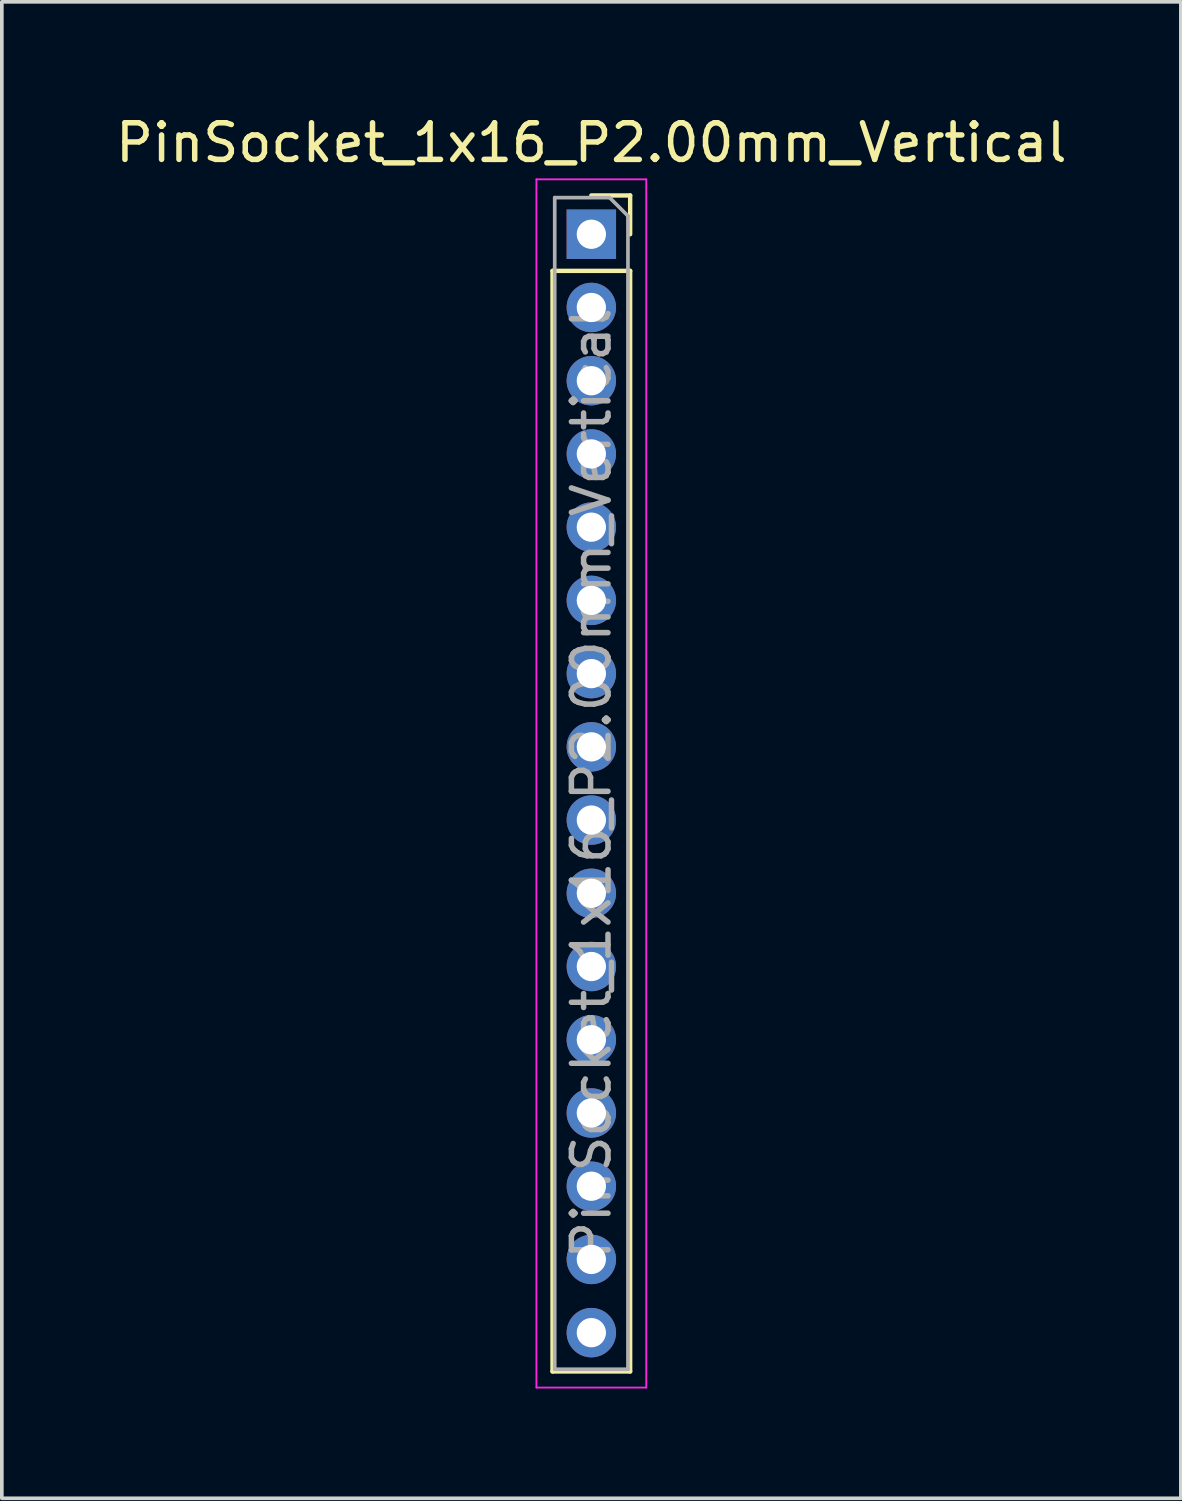
<source format=kicad_pcb>
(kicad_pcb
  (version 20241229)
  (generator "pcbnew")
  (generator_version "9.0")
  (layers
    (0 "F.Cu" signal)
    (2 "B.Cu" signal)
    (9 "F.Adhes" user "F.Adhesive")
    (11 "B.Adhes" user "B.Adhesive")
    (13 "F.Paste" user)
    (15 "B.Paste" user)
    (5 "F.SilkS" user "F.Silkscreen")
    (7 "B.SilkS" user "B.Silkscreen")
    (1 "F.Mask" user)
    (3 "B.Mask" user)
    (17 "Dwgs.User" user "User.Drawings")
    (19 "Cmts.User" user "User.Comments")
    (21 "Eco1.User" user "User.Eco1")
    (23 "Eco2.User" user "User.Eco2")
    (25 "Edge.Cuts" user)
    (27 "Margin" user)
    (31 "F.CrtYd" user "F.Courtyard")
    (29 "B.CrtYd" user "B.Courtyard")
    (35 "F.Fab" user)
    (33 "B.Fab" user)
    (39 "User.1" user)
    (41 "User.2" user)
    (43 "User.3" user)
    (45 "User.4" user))
  (footprint "PinSocket_1x16_P2.00mm_Vertical"
    (layer "F.Cu")
    (at 13.101 3.348)
    (property "Reference" "PinSocket_1x16_P2.00mm_Vertical" (at 0 -2.5 0) (layer "F.SilkS") (effects (font (size 1 1) (thickness 0.15))))
    (attr through_hole)
    (fp_line (start -1.06 1) (end -1.06 31.06) (stroke (width 0.12) (type solid)) (layer "F.SilkS"))
    (fp_line (start -1.06 1) (end 1.06 1) (stroke (width 0.12) (type solid)) (layer "F.SilkS"))
    (fp_line (start -1.06 31.06) (end 1.06 31.06) (stroke (width 0.12) (type solid)) (layer "F.SilkS"))
    (fp_line (start 0 -1.06) (end 1.06 -1.06) (stroke (width 0.12) (type solid)) (layer "F.SilkS"))
    (fp_line (start 1.06 -1.06) (end 1.06 0) (stroke (width 0.12) (type solid)) (layer "F.SilkS"))
    (fp_line (start 1.06 1) (end 1.06 31.06) (stroke (width 0.12) (type solid)) (layer "F.SilkS"))
    (fp_line (start -1.5 -1.5) (end 1.5 -1.5) (stroke (width 0.05) (type solid)) (layer "F.CrtYd"))
    (fp_line (start -1.5 31.5) (end -1.5 -1.5) (stroke (width 0.05) (type solid)) (layer "F.CrtYd"))
    (fp_line (start 1.5 -1.5) (end 1.5 31.5) (stroke (width 0.05) (type solid)) (layer "F.CrtYd"))
    (fp_line (start 1.5 31.5) (end -1.5 31.5) (stroke (width 0.05) (type solid)) (layer "F.CrtYd"))
    (fp_line (start -1 -1) (end 0.5 -1) (stroke (width 0.1) (type solid)) (layer "F.Fab"))
    (fp_line (start -1 31) (end -1 -1) (stroke (width 0.1) (type solid)) (layer "F.Fab"))
    (fp_line (start 0.5 -1) (end 1 -0.5) (stroke (width 0.1) (type solid)) (layer "F.Fab"))
    (fp_line (start 1 -0.5) (end 1 31) (stroke (width 0.1) (type solid)) (layer "F.Fab"))
    (fp_line (start 1 31) (end -1 31) (stroke (width 0.1) (type solid)) (layer "F.Fab"))
    (fp_text user "${REFERENCE}" (at 0 15 90) (layer "F.Fab") (effects (font (size 1 1) (thickness 0.15))))
    (pad "1" thru_hole rect (at 0 0) (size 1.35 1.35) (drill 0.8) (layers "*.Cu" "*.Mask"))
    (pad "2" thru_hole circle (at 0 2) (size 1.35 1.35) (drill 0.8) (layers "*.Cu" "*.Mask"))
    (pad "3" thru_hole circle (at 0 4) (size 1.35 1.35) (drill 0.8) (layers "*.Cu" "*.Mask"))
    (pad "4" thru_hole circle (at 0 6) (size 1.35 1.35) (drill 0.8) (layers "*.Cu" "*.Mask"))
    (pad "5" thru_hole circle (at 0 8) (size 1.35 1.35) (drill 0.8) (layers "*.Cu" "*.Mask"))
    (pad "6" thru_hole circle (at 0 10) (size 1.35 1.35) (drill 0.8) (layers "*.Cu" "*.Mask"))
    (pad "7" thru_hole circle (at 0 12) (size 1.35 1.35) (drill 0.8) (layers "*.Cu" "*.Mask"))
    (pad "8" thru_hole circle (at 0 14) (size 1.35 1.35) (drill 0.8) (layers "*.Cu" "*.Mask"))
    (pad "9" thru_hole circle (at 0 16) (size 1.35 1.35) (drill 0.8) (layers "*.Cu" "*.Mask"))
    (pad "10" thru_hole circle (at 0 18) (size 1.35 1.35) (drill 0.8) (layers "*.Cu" "*.Mask"))
    (pad "11" thru_hole circle (at 0 20) (size 1.35 1.35) (drill 0.8) (layers "*.Cu" "*.Mask"))
    (pad "12" thru_hole circle (at 0 22) (size 1.35 1.35) (drill 0.8) (layers "*.Cu" "*.Mask"))
    (pad "13" thru_hole circle (at 0 24) (size 1.35 1.35) (drill 0.8) (layers "*.Cu" "*.Mask"))
    (pad "14" thru_hole circle (at 0 26) (size 1.35 1.35) (drill 0.8) (layers "*.Cu" "*.Mask"))
    (pad "15" thru_hole circle (at 0 28) (size 1.35 1.35) (drill 0.8) (layers "*.Cu" "*.Mask"))
    (pad "16" thru_hole circle (at 0 30) (size 1.35 1.35) (drill 0.8) (layers "*.Cu" "*.Mask")))
  (gr_rect
    (start -3 -3)
    (end 29.202 37.873)
    (stroke (width 0.1) (type default))
    (fill no)
    (layer "Edge.Cuts")))
</source>
